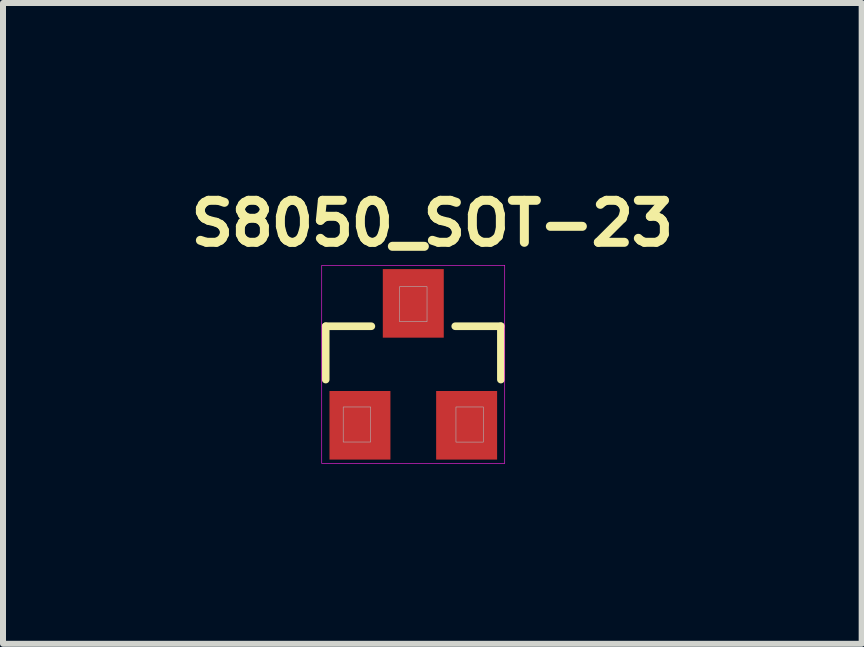
<source format=kicad_pcb>
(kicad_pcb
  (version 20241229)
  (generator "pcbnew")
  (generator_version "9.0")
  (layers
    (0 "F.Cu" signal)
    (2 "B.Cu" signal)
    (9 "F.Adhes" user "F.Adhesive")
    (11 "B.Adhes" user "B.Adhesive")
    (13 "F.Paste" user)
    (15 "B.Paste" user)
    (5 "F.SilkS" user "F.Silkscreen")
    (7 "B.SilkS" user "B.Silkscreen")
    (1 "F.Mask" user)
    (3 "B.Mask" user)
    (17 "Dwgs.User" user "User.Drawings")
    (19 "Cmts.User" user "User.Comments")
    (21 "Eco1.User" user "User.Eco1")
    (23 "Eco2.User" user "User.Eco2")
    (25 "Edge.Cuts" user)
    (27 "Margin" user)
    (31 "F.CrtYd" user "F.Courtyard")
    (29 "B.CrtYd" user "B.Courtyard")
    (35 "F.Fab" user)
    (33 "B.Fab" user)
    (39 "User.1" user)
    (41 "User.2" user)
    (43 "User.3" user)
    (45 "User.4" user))
  (footprint "S8050_SOT-23"
    (layer "F.Cu")
    (at 3.839 3.023)
    (property "Reference" "S8050_SOT-23" (at 0.318 -2.35 0) (layer "F.SilkS") (effects (font (size 0.7 0.7) (thickness 0.15))))
    (attr smd)
    (fp_line (start -1.46 -0.635) (end -1.46 0.254) (stroke (width 0.127) (type solid)) (layer "F.SilkS"))
    (fp_line (start -0.699 -0.635) (end -1.46 -0.635) (stroke (width 0.127) (type solid)) (layer "F.SilkS"))
    (fp_line (start 1.46 -0.635) (end 0.699 -0.635) (stroke (width 0.127) (type solid)) (layer "F.SilkS"))
    (fp_line (start 1.46 0.254) (end 1.46 -0.635) (stroke (width 0.127) (type solid)) (layer "F.SilkS"))
    (fp_poly (pts (xy -1.526 -1.651) (xy 1.524 -1.651) (xy 1.524 1.653) (xy -1.526 1.653)) (stroke (width 0.01) (type solid)) (fill no) (layer "F.CrtYd"))
    (fp_poly (pts (xy -1.168 0.711) (xy -0.711 0.711) (xy -0.711 1.295) (xy -1.168 1.295)) (stroke (width 0.01) (type solid)) (fill no) (layer "F.Fab"))
    (fp_poly (pts (xy -0.229 -1.295) (xy 0.229 -1.295) (xy 0.229 -0.711) (xy -0.229 -0.711)) (stroke (width 0.01) (type solid)) (fill no) (layer "F.Fab"))
    (fp_poly (pts (xy 0.711 0.711) (xy 1.168 0.711) (xy 1.168 1.296) (xy 0.711 1.296)) (stroke (width 0.01) (type solid)) (fill no) (layer "F.Fab"))
    (pad "1" smd rect (at -0.889 1.016) (size 1.016 1.143) (layers "F.Cu" "F.Mask" "F.Paste"))
    (pad "2" smd rect (at 0.889 1.016) (size 1.016 1.143) (layers "F.Cu" "F.Mask" "F.Paste"))
    (pad "3" smd rect (at 0 -1.016) (size 1.016 1.143) (layers "F.Cu" "F.Mask" "F.Paste")))
  (gr_rect
    (start -3 -3)
    (end 11.313 7.681)
    (stroke (width 0.1) (type default))
    (fill no)
    (layer "Edge.Cuts")))
</source>
